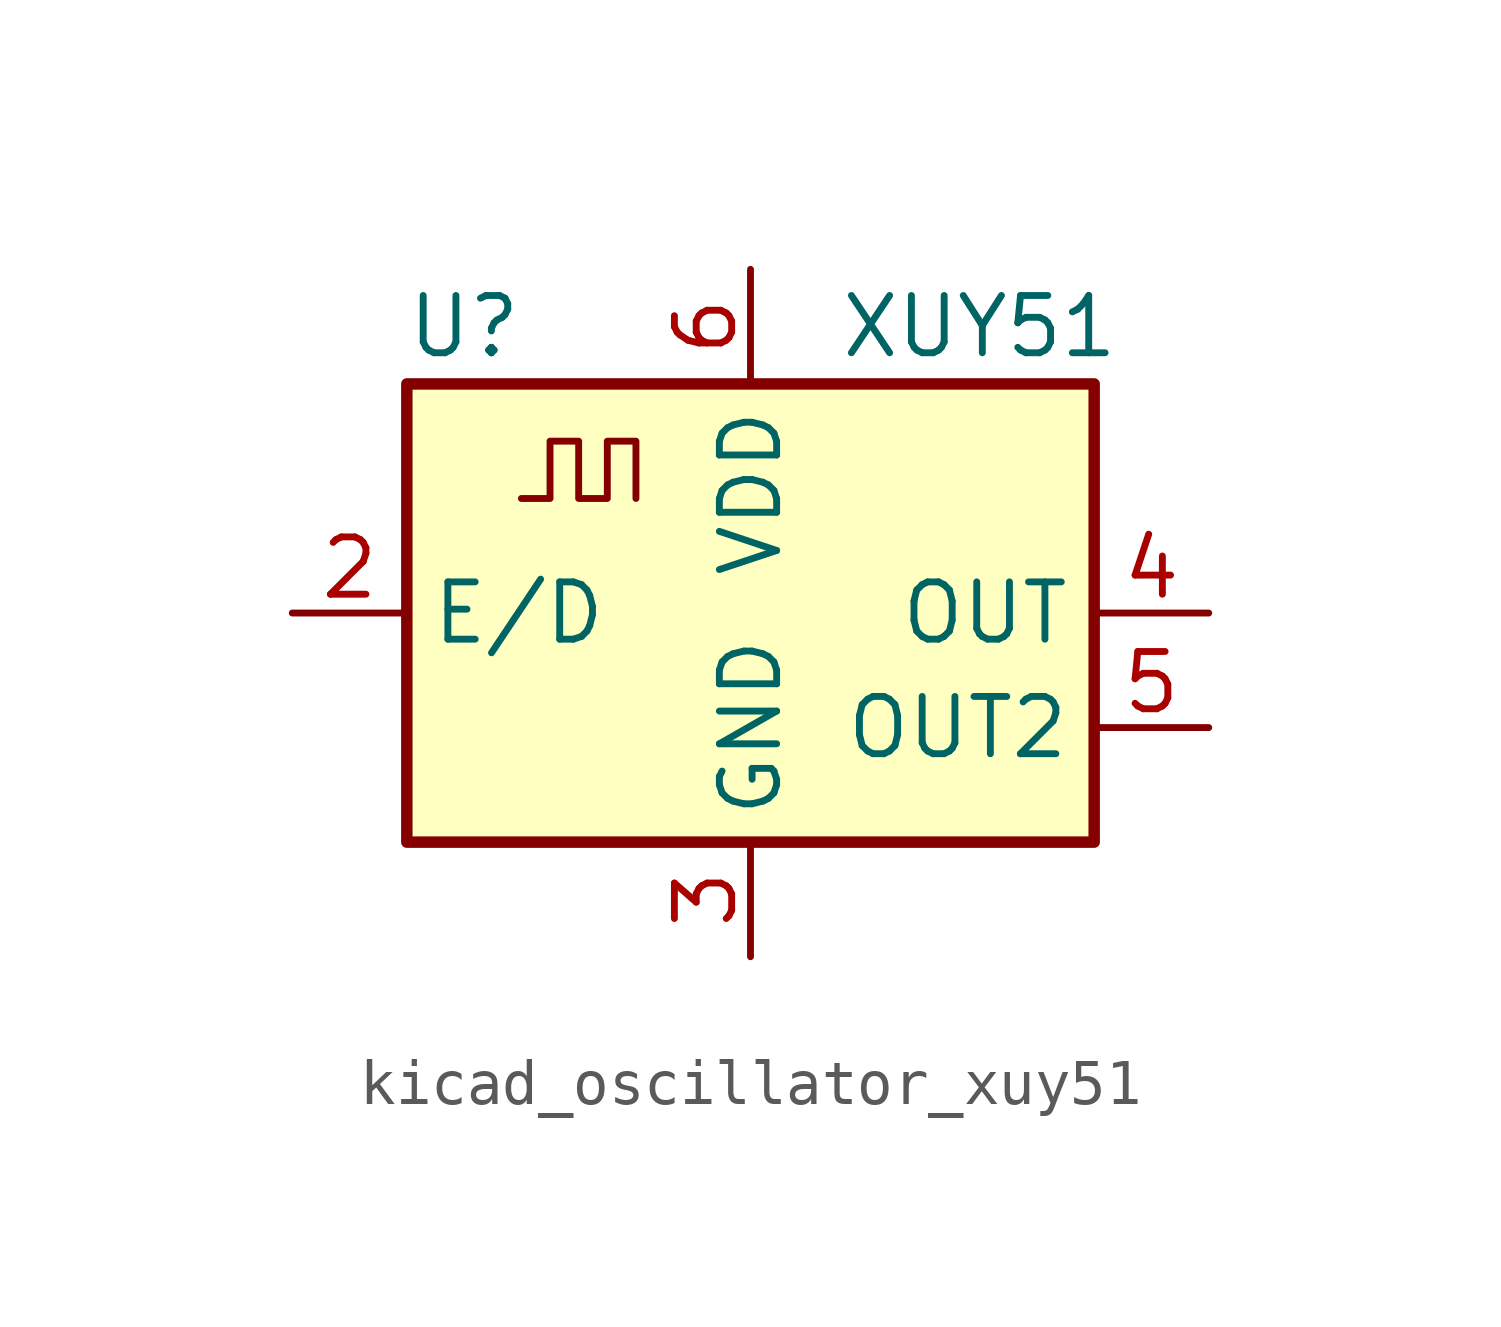
<source format=kicad_sym>
(kicad_symbol_lib
  (version 20220914)
  (generator kicad_symbol_editor)
  (symbol "kicad_oscillator_xuy51"
    (property "Reference" "U"
      (at -6.35 6.35 0)
      (effects (font (size 1.27 1.27))))
    (property "Value" "XUY51"
      (at 5.08 6.35 0)
      (effects (font (size 1.27 1.27))))
    (symbol "kicad_oscillator_xuy51_0_1"
      (rectangle (start -7.62 5.08) (end 7.62 -5.08) (stroke (width 0.254) (type default)) (fill (type background))))
    (symbol "kicad_oscillator_xuy51_1_1"
      (polyline (pts (xy -5.08 2.54) (xy -4.445 2.54) (xy -4.445 3.81) (xy -3.81 3.81) (xy -3.81 2.54) (xy -3.175 2.54) (xy -3.175 3.81) (xy -2.54 3.81) (xy -2.54 2.54)) (stroke (width 0) (type default)) (fill (type none)))
      (pin no_connect line (at -7.62 -2.54 0) (length 2.54) hide (name "NC" (effects (font (size 1.27 1.27)))) (number "1" (effects (font (size 1.27 1.27)))))
      (pin input line (at -10.16 0 0) (length 2.54) (name "E/D" (effects (font (size 1.27 1.27)))) (number "2" (effects (font (size 1.27 1.27)))))
      (pin power_in line (at 0 -7.62 90) (length 2.54) (name "GND" (effects (font (size 1.27 1.27)))) (number "3" (effects (font (size 1.27 1.27)))))
      (pin output line (at 10.16 0 180) (length 2.54) (name "OUT" (effects (font (size 1.27 1.27)))) (number "4" (effects (font (size 1.27 1.27)))))
      (pin output line (at 10.16 -2.54 180) (length 2.54) (name "OUT2" (effects (font (size 1.27 1.27)))) (number "5" (effects (font (size 1.27 1.27)))))
      (pin power_in line (at 0 7.62 270) (length 2.54) (name "VDD" (effects (font (size 1.27 1.27)))) (number "6" (effects (font (size 1.27 1.27))))))))
</source>
